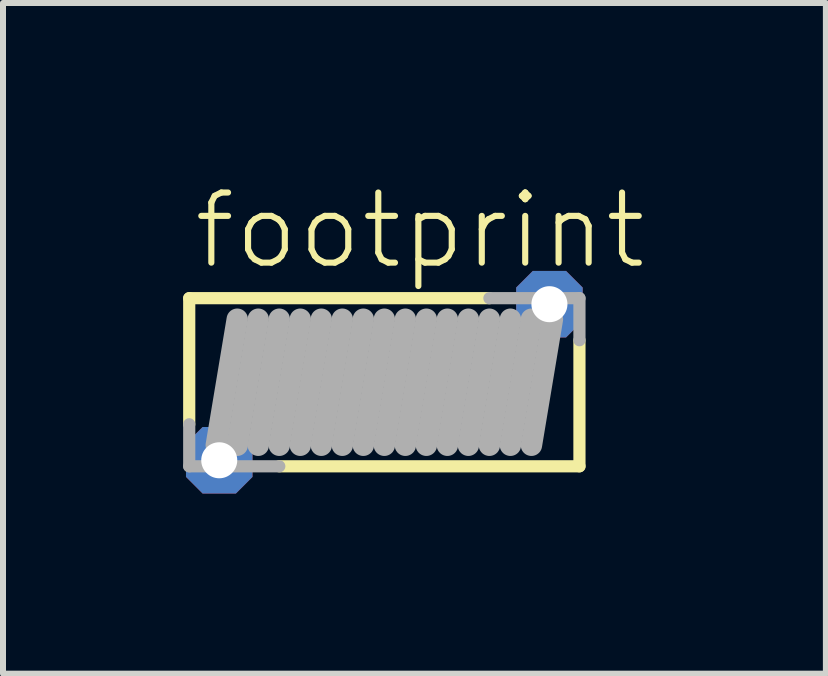
<source format=kicad_pcb>
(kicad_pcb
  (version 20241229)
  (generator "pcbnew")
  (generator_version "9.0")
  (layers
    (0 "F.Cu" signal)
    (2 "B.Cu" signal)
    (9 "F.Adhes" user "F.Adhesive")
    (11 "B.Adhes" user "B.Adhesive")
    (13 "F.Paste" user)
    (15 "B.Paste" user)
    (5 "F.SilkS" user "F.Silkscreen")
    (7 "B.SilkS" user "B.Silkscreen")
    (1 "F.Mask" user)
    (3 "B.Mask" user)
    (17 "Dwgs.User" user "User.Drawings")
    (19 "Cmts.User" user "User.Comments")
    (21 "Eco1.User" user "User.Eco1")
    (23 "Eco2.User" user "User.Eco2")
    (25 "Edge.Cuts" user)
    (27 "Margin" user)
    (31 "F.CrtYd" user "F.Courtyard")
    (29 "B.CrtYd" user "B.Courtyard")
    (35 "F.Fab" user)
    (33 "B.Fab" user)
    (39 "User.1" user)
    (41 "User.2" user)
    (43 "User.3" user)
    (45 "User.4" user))
  (footprint "footprint"
    (layer "F.Cu")
    (at 3.352 3.317)
    (property "Reference" "footprint" (at -3.227 -1.844 0) (layer "F.SilkS") (effects (font (size 1.168 1.168) (thickness 0.102)) (justify left bottom)))
    (fp_line (start -3.25 -1.4) (end -3.25 0.7) (stroke (width 0.203) (type solid)) (layer "F.SilkS"))
    (fp_line (start -1.75 1.4) (end 3.25 1.4) (stroke (width 0.203) (type solid)) (layer "F.SilkS"))
    (fp_line (start 1.75 -1.4) (end -3.25 -1.4) (stroke (width 0.203) (type solid)) (layer "F.SilkS"))
    (fp_line (start 3.25 1.4) (end 3.25 -0.7) (stroke (width 0.203) (type solid)) (layer "F.SilkS"))
    (fp_line (start -3.25 0.7) (end -3.25 1.4) (stroke (width 0.203) (type solid)) (layer "F.Fab"))
    (fp_line (start -3.25 1.4) (end -1.75 1.4) (stroke (width 0.203) (type solid)) (layer "F.Fab"))
    (fp_line (start -2.8 1.05) (end -2.45 -1.05) (stroke (width 0.356) (type solid)) (layer "F.Fab"))
    (fp_line (start -2.45 1.05) (end -2.1 -1.05) (stroke (width 0.356) (type solid)) (layer "F.Fab"))
    (fp_line (start -2.1 1.05) (end -1.75 -1.05) (stroke (width 0.356) (type solid)) (layer "F.Fab"))
    (fp_line (start -1.75 1.05) (end -1.4 -1.05) (stroke (width 0.356) (type solid)) (layer "F.Fab"))
    (fp_line (start -1.4 1.05) (end -1.05 -1.05) (stroke (width 0.356) (type solid)) (layer "F.Fab"))
    (fp_line (start -1.05 1.05) (end -0.7 -1.05) (stroke (width 0.356) (type solid)) (layer "F.Fab"))
    (fp_line (start -0.7 1.05) (end -0.35 -1.05) (stroke (width 0.356) (type solid)) (layer "F.Fab"))
    (fp_line (start -0.35 1.05) (end 0 -1.05) (stroke (width 0.356) (type solid)) (layer "F.Fab"))
    (fp_line (start 0 1.05) (end 0.35 -1.05) (stroke (width 0.356) (type solid)) (layer "F.Fab"))
    (fp_line (start 0.35 1.05) (end 0.7 -1.05) (stroke (width 0.356) (type solid)) (layer "F.Fab"))
    (fp_line (start 0.7 1.05) (end 1.05 -1.05) (stroke (width 0.356) (type solid)) (layer "F.Fab"))
    (fp_line (start 1.05 1.05) (end 1.4 -1.05) (stroke (width 0.356) (type solid)) (layer "F.Fab"))
    (fp_line (start 1.4 1.05) (end 1.75 -1.05) (stroke (width 0.356) (type solid)) (layer "F.Fab"))
    (fp_line (start 1.75 1.05) (end 2.1 -1.05) (stroke (width 0.356) (type solid)) (layer "F.Fab"))
    (fp_line (start 2.1 1.05) (end 2.45 -1.05) (stroke (width 0.356) (type solid)) (layer "F.Fab"))
    (fp_line (start 2.45 1.05) (end 2.8 -1.05) (stroke (width 0.356) (type solid)) (layer "F.Fab"))
    (fp_line (start 3.25 -1.4) (end 1.75 -1.4) (stroke (width 0.203) (type solid)) (layer "F.Fab"))
    (fp_line (start 3.25 -0.7) (end 3.25 -1.4) (stroke (width 0.203) (type solid)) (layer "F.Fab"))
    (pad "1" thru_hole roundrect (at -2.75 1.3) (size 1.108 1.108) (drill 0.6) (layers "*.Cu" "*.Mask") (roundrect_rratio 0.25) (chamfer_ratio 0.25) (chamfer top_left top_right bottom_left bottom_right))
    (pad "2" thru_hole roundrect (at 2.75 -1.3) (size 1.108 1.108) (drill 0.6) (layers "*.Cu" "*.Mask") (roundrect_rratio 0.25) (chamfer_ratio 0.25) (chamfer top_left top_right bottom_left bottom_right)))
  (gr_rect
    (start -3 -3)
    (end 10.707 8.171)
    (stroke (width 0.1) (type default))
    (fill no)
    (layer "Edge.Cuts")))
</source>
